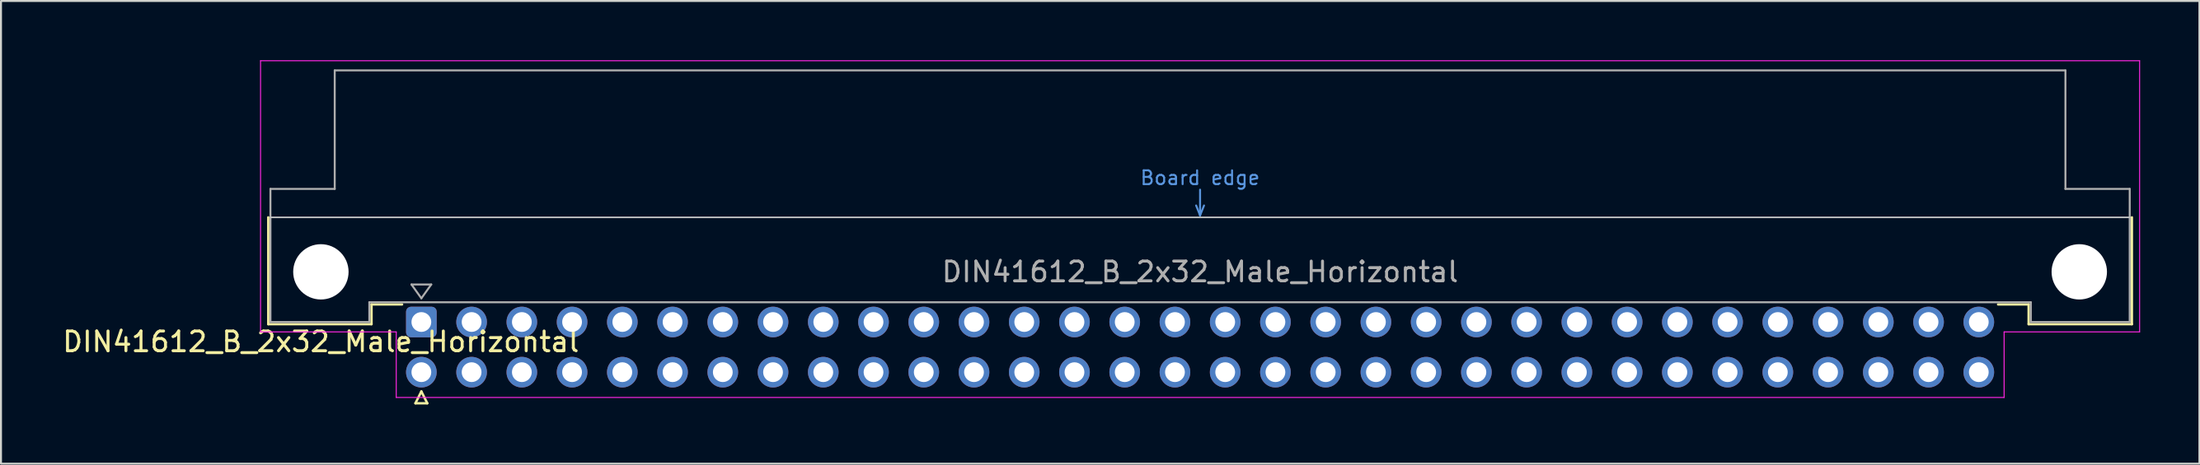
<source format=kicad_pcb>
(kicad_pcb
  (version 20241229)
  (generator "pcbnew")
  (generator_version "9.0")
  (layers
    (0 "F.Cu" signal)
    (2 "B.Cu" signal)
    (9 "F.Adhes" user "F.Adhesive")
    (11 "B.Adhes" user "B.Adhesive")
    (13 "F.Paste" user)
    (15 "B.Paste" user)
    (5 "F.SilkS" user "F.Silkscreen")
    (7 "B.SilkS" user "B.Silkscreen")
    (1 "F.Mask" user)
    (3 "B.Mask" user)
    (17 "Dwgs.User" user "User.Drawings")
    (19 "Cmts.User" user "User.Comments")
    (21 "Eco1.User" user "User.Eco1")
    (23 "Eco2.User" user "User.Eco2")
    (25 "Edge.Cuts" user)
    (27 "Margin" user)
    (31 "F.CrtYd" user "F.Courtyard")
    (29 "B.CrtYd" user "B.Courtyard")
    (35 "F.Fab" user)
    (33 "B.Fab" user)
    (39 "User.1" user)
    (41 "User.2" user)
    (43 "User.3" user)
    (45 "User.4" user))
  (footprint "DIN41612_B_2x32_Male_Horizontal"
    (layer "F.Cu")
    (at 18.253 13.255)
    (property "Reference" "DIN41612_B_2x32_Male_Horizontal" (at -5.08 1 0) (layer "F.SilkS") (effects (font (size 1 1) (thickness 0.15))))
    (attr through_hole)
    (fp_line (start -7.74 -5.3) (end -7.74 0.11) (stroke (width 0.12) (type solid)) (layer "F.SilkS"))
    (fp_line (start -7.74 0.11) (end -2.52 0.11) (stroke (width 0.12) (type solid)) (layer "F.SilkS"))
    (fp_line (start -2.52 -0.89) (end -0.975 -0.89) (stroke (width 0.12) (type solid)) (layer "F.SilkS"))
    (fp_line (start -2.52 0.11) (end -2.52 -0.89) (stroke (width 0.12) (type solid)) (layer "F.SilkS"))
    (fp_line (start -0.3 4.115) (end 0.3 4.115) (stroke (width 0.12) (type solid)) (layer "F.SilkS"))
    (fp_line (start 0 3.515) (end -0.3 4.115) (stroke (width 0.12) (type solid)) (layer "F.SilkS"))
    (fp_line (start 0.3 4.115) (end 0 3.515) (stroke (width 0.12) (type solid)) (layer "F.SilkS"))
    (fp_line (start 81.26 -0.89) (end 79.715 -0.89) (stroke (width 0.12) (type solid)) (layer "F.SilkS"))
    (fp_line (start 81.26 0.11) (end 81.26 -0.89) (stroke (width 0.12) (type solid)) (layer "F.SilkS"))
    (fp_line (start 86.48 -5.3) (end 86.48 0.11) (stroke (width 0.12) (type solid)) (layer "F.SilkS"))
    (fp_line (start 86.48 0.11) (end 81.26 0.11) (stroke (width 0.12) (type solid)) (layer "F.SilkS"))
    (fp_line (start -7.63 -5.3) (end 86.37 -5.3) (stroke (width 0.08) (type solid)) (layer "Dwgs.User"))
    (fp_line (start 39.17 -5.9) (end 39.37 -5.4) (stroke (width 0.1) (type solid)) (layer "Cmts.User"))
    (fp_line (start 39.37 -5.4) (end 39.37 -6.7) (stroke (width 0.1) (type solid)) (layer "Cmts.User"))
    (fp_line (start 39.37 -5.4) (end 39.57 -5.9) (stroke (width 0.1) (type solid)) (layer "Cmts.User"))
    (fp_line (start -8.13 -13.23) (end -8.13 0.5) (stroke (width 0.05) (type solid)) (layer "F.CrtYd"))
    (fp_line (start -8.13 0.5) (end -1.27 0.5) (stroke (width 0.05) (type solid)) (layer "F.CrtYd"))
    (fp_line (start -1.27 0.5) (end -1.27 3.82) (stroke (width 0.05) (type solid)) (layer "F.CrtYd"))
    (fp_line (start -1.27 3.82) (end 80.02 3.82) (stroke (width 0.05) (type solid)) (layer "F.CrtYd"))
    (fp_line (start 80.02 0.5) (end 86.87 0.5) (stroke (width 0.05) (type solid)) (layer "F.CrtYd"))
    (fp_line (start 80.02 3.82) (end 80.02 0.5) (stroke (width 0.05) (type solid)) (layer "F.CrtYd"))
    (fp_line (start 86.87 -13.23) (end -8.13 -13.23) (stroke (width 0.05) (type solid)) (layer "F.CrtYd"))
    (fp_line (start 86.87 0.5) (end 86.87 -13.23) (stroke (width 0.05) (type solid)) (layer "F.CrtYd"))
    (fp_line (start -7.63 -6.74) (end -7.63 0) (stroke (width 0.1) (type solid)) (layer "F.Fab"))
    (fp_line (start -7.63 0) (end -2.63 0) (stroke (width 0.1) (type solid)) (layer "F.Fab"))
    (fp_line (start -4.38 -12.74) (end -4.38 -6.74) (stroke (width 0.1) (type solid)) (layer "F.Fab"))
    (fp_line (start -4.38 -6.74) (end -7.63 -6.74) (stroke (width 0.1) (type solid)) (layer "F.Fab"))
    (fp_line (start -2.63 -1) (end 81.37 -1) (stroke (width 0.1) (type solid)) (layer "F.Fab"))
    (fp_line (start -2.63 0) (end -2.63 -1) (stroke (width 0.1) (type solid)) (layer "F.Fab"))
    (fp_line (start -0.5 -1.9) (end 0.5 -1.9) (stroke (width 0.1) (type solid)) (layer "F.Fab"))
    (fp_line (start 0 -1.2) (end -0.5 -1.9) (stroke (width 0.1) (type solid)) (layer "F.Fab"))
    (fp_line (start 0.5 -1.9) (end 0 -1.2) (stroke (width 0.1) (type solid)) (layer "F.Fab"))
    (fp_line (start 81.37 -1) (end 81.37 0) (stroke (width 0.1) (type solid)) (layer "F.Fab"))
    (fp_line (start 81.37 0) (end 86.37 0) (stroke (width 0.1) (type solid)) (layer "F.Fab"))
    (fp_line (start 83.12 -12.74) (end -4.38 -12.74) (stroke (width 0.1) (type solid)) (layer "F.Fab"))
    (fp_line (start 83.12 -6.74) (end 83.12 -12.74) (stroke (width 0.1) (type solid)) (layer "F.Fab"))
    (fp_line (start 86.37 -6.74) (end 83.12 -6.74) (stroke (width 0.1) (type solid)) (layer "F.Fab"))
    (fp_line (start 86.37 0) (end 86.37 -6.74) (stroke (width 0.1) (type solid)) (layer "F.Fab"))
    (fp_text user "Board edge" (at 39.37 -7.3 0) (layer "Cmts.User") (effects (font (size 0.7 0.7) (thickness 0.1))))
    (fp_text user "${REFERENCE}" (at 39.37 -2.54 0) (layer "F.Fab") (effects (font (size 1 1) (thickness 0.15))))
    (pad "" np_thru_hole circle (at -5.08 -2.54) (size 2.8 2.8) (drill 2.8) (layers "*.Cu" "*.Mask"))
    (pad "" np_thru_hole circle (at 83.82 -2.54) (size 2.8 2.8) (drill 2.8) (layers "*.Cu" "*.Mask"))
    (pad "a1" thru_hole roundrect (at 0 0) (size 1.55 1.55) (drill 1) (layers "*.Cu" "*.Mask") (roundrect_rratio 0.161))
    (pad "a2" thru_hole circle (at 2.54 0) (size 1.55 1.55) (drill 1) (layers "*.Cu" "*.Mask"))
    (pad "a3" thru_hole circle (at 5.08 0) (size 1.55 1.55) (drill 1) (layers "*.Cu" "*.Mask"))
    (pad "a4" thru_hole circle (at 7.62 0) (size 1.55 1.55) (drill 1) (layers "*.Cu" "*.Mask"))
    (pad "a5" thru_hole circle (at 10.16 0) (size 1.55 1.55) (drill 1) (layers "*.Cu" "*.Mask"))
    (pad "a6" thru_hole circle (at 12.7 0) (size 1.55 1.55) (drill 1) (layers "*.Cu" "*.Mask"))
    (pad "a7" thru_hole circle (at 15.24 0) (size 1.55 1.55) (drill 1) (layers "*.Cu" "*.Mask"))
    (pad "a8" thru_hole circle (at 17.78 0) (size 1.55 1.55) (drill 1) (layers "*.Cu" "*.Mask"))
    (pad "a9" thru_hole circle (at 20.32 0) (size 1.55 1.55) (drill 1) (layers "*.Cu" "*.Mask"))
    (pad "a10" thru_hole circle (at 22.86 0) (size 1.55 1.55) (drill 1) (layers "*.Cu" "*.Mask"))
    (pad "a11" thru_hole circle (at 25.4 0) (size 1.55 1.55) (drill 1) (layers "*.Cu" "*.Mask"))
    (pad "a12" thru_hole circle (at 27.94 0) (size 1.55 1.55) (drill 1) (layers "*.Cu" "*.Mask"))
    (pad "a13" thru_hole circle (at 30.48 0) (size 1.55 1.55) (drill 1) (layers "*.Cu" "*.Mask"))
    (pad "a14" thru_hole circle (at 33.02 0) (size 1.55 1.55) (drill 1) (layers "*.Cu" "*.Mask"))
    (pad "a15" thru_hole circle (at 35.56 0) (size 1.55 1.55) (drill 1) (layers "*.Cu" "*.Mask"))
    (pad "a16" thru_hole circle (at 38.1 0) (size 1.55 1.55) (drill 1) (layers "*.Cu" "*.Mask"))
    (pad "a17" thru_hole circle (at 40.64 0) (size 1.55 1.55) (drill 1) (layers "*.Cu" "*.Mask"))
    (pad "a18" thru_hole circle (at 43.18 0) (size 1.55 1.55) (drill 1) (layers "*.Cu" "*.Mask"))
    (pad "a19" thru_hole circle (at 45.72 0) (size 1.55 1.55) (drill 1) (layers "*.Cu" "*.Mask"))
    (pad "a20" thru_hole circle (at 48.26 0) (size 1.55 1.55) (drill 1) (layers "*.Cu" "*.Mask"))
    (pad "a21" thru_hole circle (at 50.8 0) (size 1.55 1.55) (drill 1) (layers "*.Cu" "*.Mask"))
    (pad "a22" thru_hole circle (at 53.34 0) (size 1.55 1.55) (drill 1) (layers "*.Cu" "*.Mask"))
    (pad "a23" thru_hole circle (at 55.88 0) (size 1.55 1.55) (drill 1) (layers "*.Cu" "*.Mask"))
    (pad "a24" thru_hole circle (at 58.42 0) (size 1.55 1.55) (drill 1) (layers "*.Cu" "*.Mask"))
    (pad "a25" thru_hole circle (at 60.96 0) (size 1.55 1.55) (drill 1) (layers "*.Cu" "*.Mask"))
    (pad "a26" thru_hole circle (at 63.5 0) (size 1.55 1.55) (drill 1) (layers "*.Cu" "*.Mask"))
    (pad "a27" thru_hole circle (at 66.04 0) (size 1.55 1.55) (drill 1) (layers "*.Cu" "*.Mask"))
    (pad "a28" thru_hole circle (at 68.58 0) (size 1.55 1.55) (drill 1) (layers "*.Cu" "*.Mask"))
    (pad "a29" thru_hole circle (at 71.12 0) (size 1.55 1.55) (drill 1) (layers "*.Cu" "*.Mask"))
    (pad "a30" thru_hole circle (at 73.66 0) (size 1.55 1.55) (drill 1) (layers "*.Cu" "*.Mask"))
    (pad "a31" thru_hole circle (at 76.2 0) (size 1.55 1.55) (drill 1) (layers "*.Cu" "*.Mask"))
    (pad "a32" thru_hole circle (at 78.74 0) (size 1.55 1.55) (drill 1) (layers "*.Cu" "*.Mask"))
    (pad "b1" thru_hole circle (at 0 2.54) (size 1.55 1.55) (drill 1) (layers "*.Cu" "*.Mask"))
    (pad "b2" thru_hole circle (at 2.54 2.54) (size 1.55 1.55) (drill 1) (layers "*.Cu" "*.Mask"))
    (pad "b3" thru_hole circle (at 5.08 2.54) (size 1.55 1.55) (drill 1) (layers "*.Cu" "*.Mask"))
    (pad "b4" thru_hole circle (at 7.62 2.54) (size 1.55 1.55) (drill 1) (layers "*.Cu" "*.Mask"))
    (pad "b5" thru_hole circle (at 10.16 2.54) (size 1.55 1.55) (drill 1) (layers "*.Cu" "*.Mask"))
    (pad "b6" thru_hole circle (at 12.7 2.54) (size 1.55 1.55) (drill 1) (layers "*.Cu" "*.Mask"))
    (pad "b7" thru_hole circle (at 15.24 2.54) (size 1.55 1.55) (drill 1) (layers "*.Cu" "*.Mask"))
    (pad "b8" thru_hole circle (at 17.78 2.54) (size 1.55 1.55) (drill 1) (layers "*.Cu" "*.Mask"))
    (pad "b9" thru_hole circle (at 20.32 2.54) (size 1.55 1.55) (drill 1) (layers "*.Cu" "*.Mask"))
    (pad "b10" thru_hole circle (at 22.86 2.54) (size 1.55 1.55) (drill 1) (layers "*.Cu" "*.Mask"))
    (pad "b11" thru_hole circle (at 25.4 2.54) (size 1.55 1.55) (drill 1) (layers "*.Cu" "*.Mask"))
    (pad "b12" thru_hole circle (at 27.94 2.54) (size 1.55 1.55) (drill 1) (layers "*.Cu" "*.Mask"))
    (pad "b13" thru_hole circle (at 30.48 2.54) (size 1.55 1.55) (drill 1) (layers "*.Cu" "*.Mask"))
    (pad "b14" thru_hole circle (at 33.02 2.54) (size 1.55 1.55) (drill 1) (layers "*.Cu" "*.Mask"))
    (pad "b15" thru_hole circle (at 35.56 2.54) (size 1.55 1.55) (drill 1) (layers "*.Cu" "*.Mask"))
    (pad "b16" thru_hole circle (at 38.1 2.54) (size 1.55 1.55) (drill 1) (layers "*.Cu" "*.Mask"))
    (pad "b17" thru_hole circle (at 40.64 2.54) (size 1.55 1.55) (drill 1) (layers "*.Cu" "*.Mask"))
    (pad "b18" thru_hole circle (at 43.18 2.54) (size 1.55 1.55) (drill 1) (layers "*.Cu" "*.Mask"))
    (pad "b19" thru_hole circle (at 45.72 2.54) (size 1.55 1.55) (drill 1) (layers "*.Cu" "*.Mask"))
    (pad "b20" thru_hole circle (at 48.26 2.54) (size 1.55 1.55) (drill 1) (layers "*.Cu" "*.Mask"))
    (pad "b21" thru_hole circle (at 50.8 2.54) (size 1.55 1.55) (drill 1) (layers "*.Cu" "*.Mask"))
    (pad "b22" thru_hole circle (at 53.34 2.54) (size 1.55 1.55) (drill 1) (layers "*.Cu" "*.Mask"))
    (pad "b23" thru_hole circle (at 55.88 2.54) (size 1.55 1.55) (drill 1) (layers "*.Cu" "*.Mask"))
    (pad "b24" thru_hole circle (at 58.42 2.54) (size 1.55 1.55) (drill 1) (layers "*.Cu" "*.Mask"))
    (pad "b25" thru_hole circle (at 60.96 2.54) (size 1.55 1.55) (drill 1) (layers "*.Cu" "*.Mask"))
    (pad "b26" thru_hole circle (at 63.5 2.54) (size 1.55 1.55) (drill 1) (layers "*.Cu" "*.Mask"))
    (pad "b27" thru_hole circle (at 66.04 2.54) (size 1.55 1.55) (drill 1) (layers "*.Cu" "*.Mask"))
    (pad "b28" thru_hole circle (at 68.58 2.54) (size 1.55 1.55) (drill 1) (layers "*.Cu" "*.Mask"))
    (pad "b29" thru_hole circle (at 71.12 2.54) (size 1.55 1.55) (drill 1) (layers "*.Cu" "*.Mask"))
    (pad "b30" thru_hole circle (at 73.66 2.54) (size 1.55 1.55) (drill 1) (layers "*.Cu" "*.Mask"))
    (pad "b31" thru_hole circle (at 76.2 2.54) (size 1.55 1.55) (drill 1) (layers "*.Cu" "*.Mask"))
    (pad "b32" thru_hole circle (at 78.74 2.54) (size 1.55 1.55) (drill 1) (layers "*.Cu" "*.Mask")))
  (gr_rect
    (start -3 -3)
    (end 108.148 20.43)
    (stroke (width 0.1) (type default))
    (fill no)
    (layer "Edge.Cuts")))
</source>
